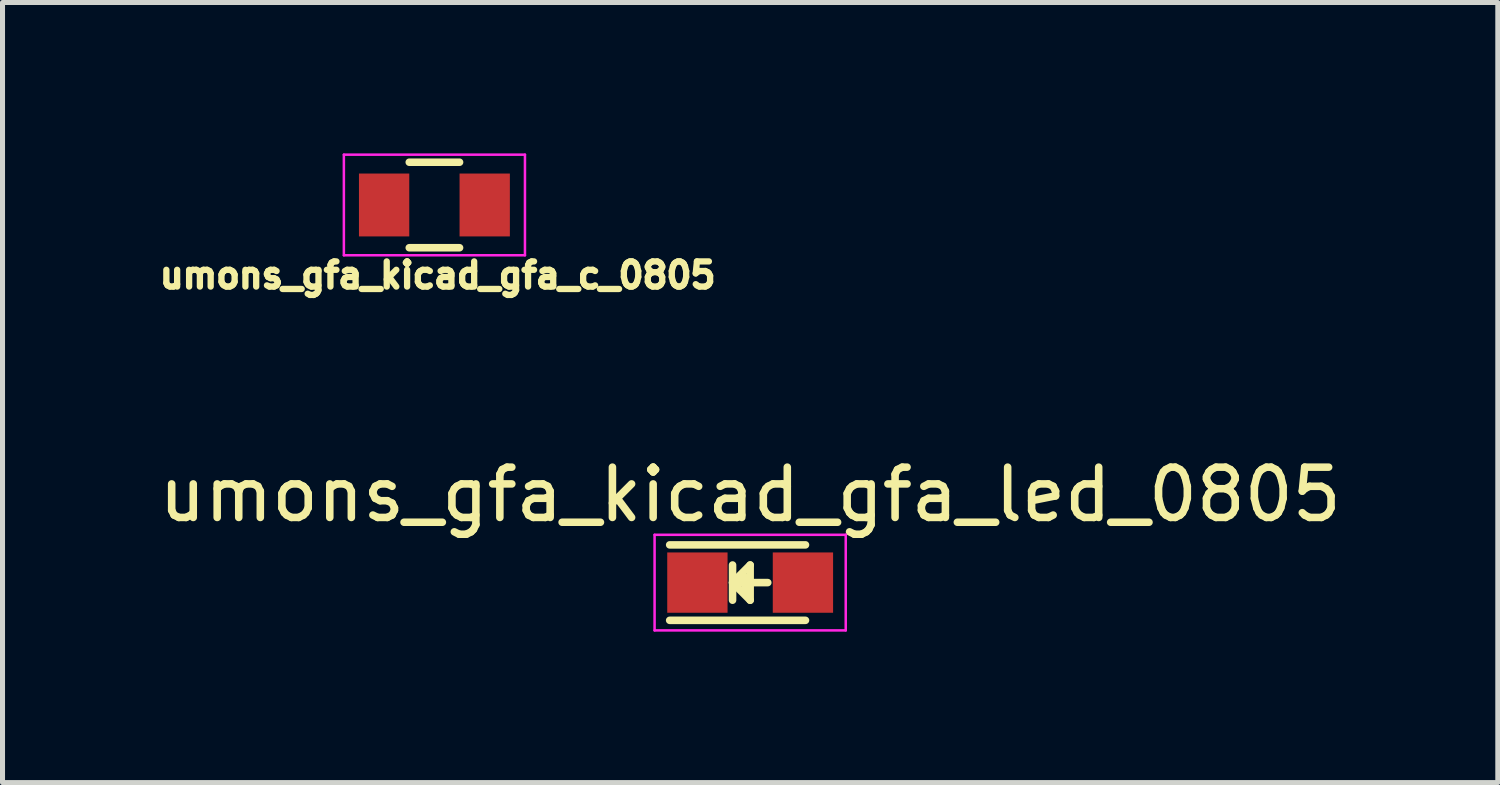
<source format=kicad_pcb>
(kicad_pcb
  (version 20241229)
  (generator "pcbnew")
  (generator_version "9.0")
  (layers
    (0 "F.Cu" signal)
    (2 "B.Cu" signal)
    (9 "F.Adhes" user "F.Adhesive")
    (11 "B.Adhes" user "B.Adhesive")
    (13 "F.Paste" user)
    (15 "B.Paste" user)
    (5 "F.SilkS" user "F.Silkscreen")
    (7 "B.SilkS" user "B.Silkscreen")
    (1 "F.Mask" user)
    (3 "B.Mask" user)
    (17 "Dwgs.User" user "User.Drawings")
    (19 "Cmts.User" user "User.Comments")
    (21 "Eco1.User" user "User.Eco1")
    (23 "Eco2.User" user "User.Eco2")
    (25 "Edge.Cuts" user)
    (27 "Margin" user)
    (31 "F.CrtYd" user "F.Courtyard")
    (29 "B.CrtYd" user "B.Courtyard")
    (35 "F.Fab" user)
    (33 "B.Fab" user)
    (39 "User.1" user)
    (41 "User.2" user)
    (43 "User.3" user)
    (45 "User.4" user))
  (footprint "umons_gfa_kicad_gfa_led_0805"
    (layer "F.Cu")
    (at 11.863 8.532)
    (property "Reference" "umons_gfa_kicad_gfa_led_0805" (at 0 -1.75 0) (layer "F.SilkS") (effects (font (size 1 1) (thickness 0.15))))
    (attr smd)
    (fp_line (start -1.6 -0.75) (end 1.1 -0.75) (stroke (width 0.15) (type solid)) (layer "F.SilkS"))
    (fp_line (start -1.6 0.75) (end 1.1 0.75) (stroke (width 0.15) (type solid)) (layer "F.SilkS"))
    (fp_line (start -0.35 -0.35) (end -0.35 0.35) (stroke (width 0.15) (type solid)) (layer "F.SilkS"))
    (fp_line (start -0.35 0) (end 0 -0.35) (stroke (width 0.15) (type solid)) (layer "F.SilkS"))
    (fp_line (start -0.1 -0.1) (end -0.25 0.05) (stroke (width 0.15) (type solid)) (layer "F.SilkS"))
    (fp_line (start -0.1 0.15) (end -0.1 -0.1) (stroke (width 0.15) (type solid)) (layer "F.SilkS"))
    (fp_line (start 0 -0.35) (end 0 0.35) (stroke (width 0.15) (type solid)) (layer "F.SilkS"))
    (fp_line (start 0 0) (end 0.35 0) (stroke (width 0.15) (type solid)) (layer "F.SilkS"))
    (fp_line (start 0 0.35) (end -0.35 0) (stroke (width 0.15) (type solid)) (layer "F.SilkS"))
    (fp_line (start -1.9 -0.95) (end 1.9 -0.95) (stroke (width 0.05) (type solid)) (layer "F.CrtYd"))
    (fp_line (start -1.9 0.95) (end -1.9 -0.95) (stroke (width 0.05) (type solid)) (layer "F.CrtYd"))
    (fp_line (start 1.9 -0.95) (end 1.9 0.95) (stroke (width 0.05) (type solid)) (layer "F.CrtYd"))
    (fp_line (start 1.9 0.95) (end -1.9 0.95) (stroke (width 0.05) (type solid)) (layer "F.CrtYd"))
    (pad "1" smd rect (at -1.049 0 180) (size 1.199 1.199) (layers "F.Cu" "F.Mask" "F.Paste"))
    (pad "2" smd rect (at 1.049 0 180) (size 1.199 1.199) (layers "F.Cu" "F.Mask" "F.Paste")))
  (footprint "umons_gfa_kicad_gfa_c_0805"
    (layer "F.Cu")
    (at 5.586 1.025)
    (property "Reference" "umons_gfa_kicad_gfa_c_0805" (at 0.064 1.397 0) (layer "F.SilkS") (effects (font (size 0.5 0.5) (thickness 0.125))))
    (attr smd)
    (fp_line (start -0.5 0.85) (end 0.5 0.85) (stroke (width 0.15) (type solid)) (layer "F.SilkS"))
    (fp_line (start 0.5 -0.85) (end -0.5 -0.85) (stroke (width 0.15) (type solid)) (layer "F.SilkS"))
    (fp_line (start -1.8 -1) (end -1.8 1) (stroke (width 0.05) (type solid)) (layer "F.CrtYd"))
    (fp_line (start -1.8 -1) (end 1.8 -1) (stroke (width 0.05) (type solid)) (layer "F.CrtYd"))
    (fp_line (start -1.8 1) (end 1.8 1) (stroke (width 0.05) (type solid)) (layer "F.CrtYd"))
    (fp_line (start 1.8 -1) (end 1.8 1) (stroke (width 0.05) (type solid)) (layer "F.CrtYd"))
    (pad "1" smd rect (at -1 0) (size 1 1.25) (layers "F.Cu" "F.Mask" "F.Paste"))
    (pad "2" smd rect (at 1 0) (size 1 1.25) (layers "F.Cu" "F.Mask" "F.Paste")))
  (gr_rect
    (start -3 -3)
    (end 26.726 12.507)
    (stroke (width 0.1) (type default))
    (fill no)
    (layer "Edge.Cuts")))
</source>
